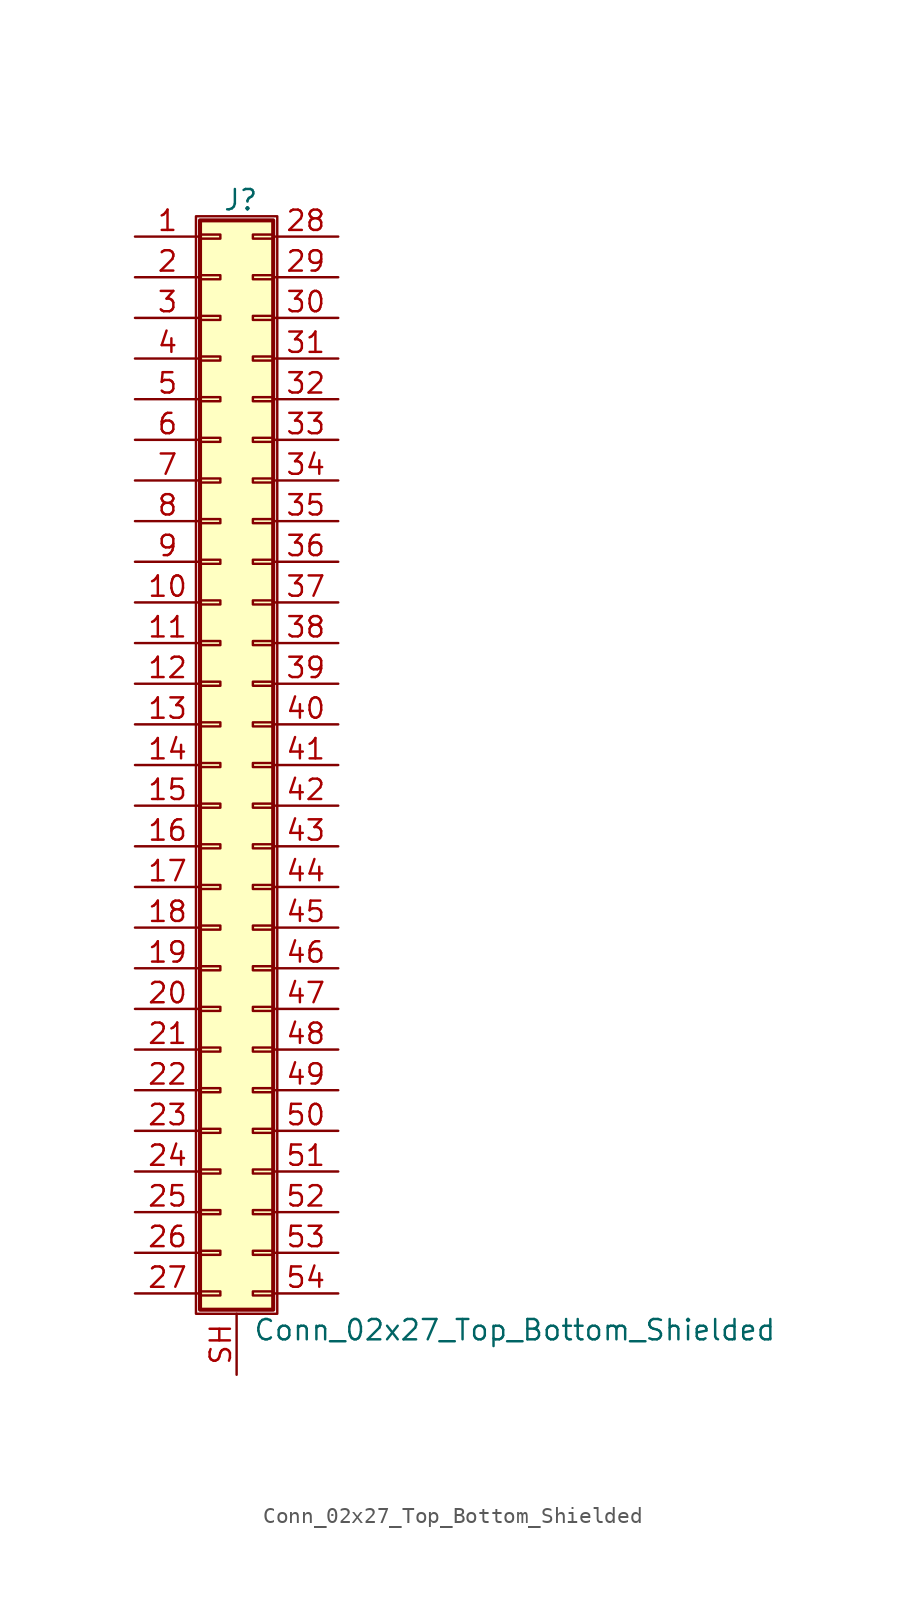
<source format=kicad_sym>
(kicad_symbol_lib
  (version 20220914)
  (generator kicad_symbol_editor)
  (symbol "Conn_02x27_Top_Bottom_Shielded"
    (pin_names
      (offset 1.016) hide)
    (property "Reference" "J"
      (at 1.524 35.306 0)
      (effects (font (size 1.27 1.27))))
    (property "Value" "Conn_02x27_Top_Bottom_Shielded"
      (at 2.286 -35.306 0)
      (effects (font (size 1.27 1.27)) (justify left)))
    (symbol "Conn_02x27_Top_Bottom_Shielded_1_1"
      (rectangle (start -1.27 34.29) (end 3.81 -34.29) (stroke (width 0.152) (type default)) (fill (type none)))
      (rectangle (start -1.016 -32.893) (end 0.254 -33.147) (stroke (width 0.152) (type default)) (fill (type none)))
      (rectangle (start -1.016 -30.353) (end 0.254 -30.607) (stroke (width 0.152) (type default)) (fill (type none)))
      (rectangle (start -1.016 -27.813) (end 0.254 -28.067) (stroke (width 0.152) (type default)) (fill (type none)))
      (rectangle (start -1.016 -25.273) (end 0.254 -25.527) (stroke (width 0.152) (type default)) (fill (type none)))
      (rectangle (start -1.016 -22.733) (end 0.254 -22.987) (stroke (width 0.152) (type default)) (fill (type none)))
      (rectangle (start -1.016 -20.193) (end 0.254 -20.447) (stroke (width 0.152) (type default)) (fill (type none)))
      (rectangle (start -1.016 -17.653) (end 0.254 -17.907) (stroke (width 0.152) (type default)) (fill (type none)))
      (rectangle (start -1.016 -15.113) (end 0.254 -15.367) (stroke (width 0.152) (type default)) (fill (type none)))
      (rectangle (start -1.016 -12.573) (end 0.254 -12.827) (stroke (width 0.152) (type default)) (fill (type none)))
      (rectangle (start -1.016 -10.033) (end 0.254 -10.287) (stroke (width 0.152) (type default)) (fill (type none)))
      (rectangle (start -1.016 -7.493) (end 0.254 -7.747) (stroke (width 0.152) (type default)) (fill (type none)))
      (rectangle (start -1.016 -4.953) (end 0.254 -5.207) (stroke (width 0.152) (type default)) (fill (type none)))
      (rectangle (start -1.016 -2.413) (end 0.254 -2.667) (stroke (width 0.152) (type default)) (fill (type none)))
      (rectangle (start -1.016 0.127) (end 0.254 -0.127) (stroke (width 0.152) (type default)) (fill (type none)))
      (rectangle (start -1.016 2.667) (end 0.254 2.413) (stroke (width 0.152) (type default)) (fill (type none)))
      (rectangle (start -1.016 5.207) (end 0.254 4.953) (stroke (width 0.152) (type default)) (fill (type none)))
      (rectangle (start -1.016 7.747) (end 0.254 7.493) (stroke (width 0.152) (type default)) (fill (type none)))
      (rectangle (start -1.016 10.287) (end 0.254 10.033) (stroke (width 0.152) (type default)) (fill (type none)))
      (rectangle (start -1.016 12.827) (end 0.254 12.573) (stroke (width 0.152) (type default)) (fill (type none)))
      (rectangle (start -1.016 15.367) (end 0.254 15.113) (stroke (width 0.152) (type default)) (fill (type none)))
      (rectangle (start -1.016 17.907) (end 0.254 17.653) (stroke (width 0.152) (type default)) (fill (type none)))
      (rectangle (start -1.016 20.447) (end 0.254 20.193) (stroke (width 0.152) (type default)) (fill (type none)))
      (rectangle (start -1.016 22.987) (end 0.254 22.733) (stroke (width 0.152) (type default)) (fill (type none)))
      (rectangle (start -1.016 25.527) (end 0.254 25.273) (stroke (width 0.152) (type default)) (fill (type none)))
      (rectangle (start -1.016 28.067) (end 0.254 27.813) (stroke (width 0.152) (type default)) (fill (type none)))
      (rectangle (start -1.016 30.607) (end 0.254 30.353) (stroke (width 0.152) (type default)) (fill (type none)))
      (rectangle (start -1.016 33.147) (end 0.254 32.893) (stroke (width 0.152) (type default)) (fill (type none)))
      (rectangle (start -1.016 34.036) (end 3.556 -34.036) (stroke (width 0.254) (type default)) (fill (type background)))
      (rectangle (start 3.556 -32.893) (end 2.286 -33.147) (stroke (width 0.152) (type default)) (fill (type none)))
      (rectangle (start 3.556 -30.353) (end 2.286 -30.607) (stroke (width 0.152) (type default)) (fill (type none)))
      (rectangle (start 3.556 -27.813) (end 2.286 -28.067) (stroke (width 0.152) (type default)) (fill (type none)))
      (rectangle (start 3.556 -25.273) (end 2.286 -25.527) (stroke (width 0.152) (type default)) (fill (type none)))
      (rectangle (start 3.556 -22.733) (end 2.286 -22.987) (stroke (width 0.152) (type default)) (fill (type none)))
      (rectangle (start 3.556 -20.193) (end 2.286 -20.447) (stroke (width 0.152) (type default)) (fill (type none)))
      (rectangle (start 3.556 -17.653) (end 2.286 -17.907) (stroke (width 0.152) (type default)) (fill (type none)))
      (rectangle (start 3.556 -15.113) (end 2.286 -15.367) (stroke (width 0.152) (type default)) (fill (type none)))
      (rectangle (start 3.556 -12.573) (end 2.286 -12.827) (stroke (width 0.152) (type default)) (fill (type none)))
      (rectangle (start 3.556 -10.033) (end 2.286 -10.287) (stroke (width 0.152) (type default)) (fill (type none)))
      (rectangle (start 3.556 -7.493) (end 2.286 -7.747) (stroke (width 0.152) (type default)) (fill (type none)))
      (rectangle (start 3.556 -4.953) (end 2.286 -5.207) (stroke (width 0.152) (type default)) (fill (type none)))
      (rectangle (start 3.556 -2.413) (end 2.286 -2.667) (stroke (width 0.152) (type default)) (fill (type none)))
      (rectangle (start 3.556 0.127) (end 2.286 -0.127) (stroke (width 0.152) (type default)) (fill (type none)))
      (rectangle (start 3.556 2.667) (end 2.286 2.413) (stroke (width 0.152) (type default)) (fill (type none)))
      (rectangle (start 3.556 5.207) (end 2.286 4.953) (stroke (width 0.152) (type default)) (fill (type none)))
      (rectangle (start 3.556 7.747) (end 2.286 7.493) (stroke (width 0.152) (type default)) (fill (type none)))
      (rectangle (start 3.556 10.287) (end 2.286 10.033) (stroke (width 0.152) (type default)) (fill (type none)))
      (rectangle (start 3.556 12.827) (end 2.286 12.573) (stroke (width 0.152) (type default)) (fill (type none)))
      (rectangle (start 3.556 15.367) (end 2.286 15.113) (stroke (width 0.152) (type default)) (fill (type none)))
      (rectangle (start 3.556 17.907) (end 2.286 17.653) (stroke (width 0.152) (type default)) (fill (type none)))
      (rectangle (start 3.556 20.447) (end 2.286 20.193) (stroke (width 0.152) (type default)) (fill (type none)))
      (rectangle (start 3.556 22.987) (end 2.286 22.733) (stroke (width 0.152) (type default)) (fill (type none)))
      (rectangle (start 3.556 25.527) (end 2.286 25.273) (stroke (width 0.152) (type default)) (fill (type none)))
      (rectangle (start 3.556 28.067) (end 2.286 27.813) (stroke (width 0.152) (type default)) (fill (type none)))
      (rectangle (start 3.556 30.607) (end 2.286 30.353) (stroke (width 0.152) (type default)) (fill (type none)))
      (rectangle (start 3.556 33.147) (end 2.286 32.893) (stroke (width 0.152) (type default)) (fill (type none)))
      (pin passive line (at -5.08 33.02 0) (length 4.064) (name "Pin_1" (effects (font (size 1.27 1.27)))) (number "1" (effects (font (size 1.27 1.27)))))
      (pin passive line (at -5.08 10.16 0) (length 4.064) (name "Pin_10" (effects (font (size 1.27 1.27)))) (number "10" (effects (font (size 1.27 1.27)))))
      (pin passive line (at -5.08 7.62 0) (length 4.064) (name "Pin_11" (effects (font (size 1.27 1.27)))) (number "11" (effects (font (size 1.27 1.27)))))
      (pin passive line (at -5.08 5.08 0) (length 4.064) (name "Pin_12" (effects (font (size 1.27 1.27)))) (number "12" (effects (font (size 1.27 1.27)))))
      (pin passive line (at -5.08 2.54 0) (length 4.064) (name "Pin_13" (effects (font (size 1.27 1.27)))) (number "13" (effects (font (size 1.27 1.27)))))
      (pin passive line (at -5.08 0 0) (length 4.064) (name "Pin_14" (effects (font (size 1.27 1.27)))) (number "14" (effects (font (size 1.27 1.27)))))
      (pin passive line (at -5.08 -2.54 0) (length 4.064) (name "Pin_15" (effects (font (size 1.27 1.27)))) (number "15" (effects (font (size 1.27 1.27)))))
      (pin passive line (at -5.08 -5.08 0) (length 4.064) (name "Pin_16" (effects (font (size 1.27 1.27)))) (number "16" (effects (font (size 1.27 1.27)))))
      (pin passive line (at -5.08 -7.62 0) (length 4.064) (name "Pin_17" (effects (font (size 1.27 1.27)))) (number "17" (effects (font (size 1.27 1.27)))))
      (pin passive line (at -5.08 -10.16 0) (length 4.064) (name "Pin_18" (effects (font (size 1.27 1.27)))) (number "18" (effects (font (size 1.27 1.27)))))
      (pin passive line (at -5.08 -12.7 0) (length 4.064) (name "Pin_19" (effects (font (size 1.27 1.27)))) (number "19" (effects (font (size 1.27 1.27)))))
      (pin passive line (at -5.08 30.48 0) (length 4.064) (name "Pin_2" (effects (font (size 1.27 1.27)))) (number "2" (effects (font (size 1.27 1.27)))))
      (pin passive line (at -5.08 -15.24 0) (length 4.064) (name "Pin_20" (effects (font (size 1.27 1.27)))) (number "20" (effects (font (size 1.27 1.27)))))
      (pin passive line (at -5.08 -17.78 0) (length 4.064) (name "Pin_21" (effects (font (size 1.27 1.27)))) (number "21" (effects (font (size 1.27 1.27)))))
      (pin passive line (at -5.08 -20.32 0) (length 4.064) (name "Pin_22" (effects (font (size 1.27 1.27)))) (number "22" (effects (font (size 1.27 1.27)))))
      (pin passive line (at -5.08 -22.86 0) (length 4.064) (name "Pin_23" (effects (font (size 1.27 1.27)))) (number "23" (effects (font (size 1.27 1.27)))))
      (pin passive line (at -5.08 -25.4 0) (length 4.064) (name "Pin_24" (effects (font (size 1.27 1.27)))) (number "24" (effects (font (size 1.27 1.27)))))
      (pin passive line (at -5.08 -27.94 0) (length 4.064) (name "Pin_25" (effects (font (size 1.27 1.27)))) (number "25" (effects (font (size 1.27 1.27)))))
      (pin passive line (at -5.08 -30.48 0) (length 4.064) (name "Pin_26" (effects (font (size 1.27 1.27)))) (number "26" (effects (font (size 1.27 1.27)))))
      (pin passive line (at -5.08 -33.02 0) (length 4.064) (name "Pin_27" (effects (font (size 1.27 1.27)))) (number "27" (effects (font (size 1.27 1.27)))))
      (pin passive line (at 7.62 33.02 180) (length 4.064) (name "Pin_28" (effects (font (size 1.27 1.27)))) (number "28" (effects (font (size 1.27 1.27)))))
      (pin passive line (at 7.62 30.48 180) (length 4.064) (name "Pin_29" (effects (font (size 1.27 1.27)))) (number "29" (effects (font (size 1.27 1.27)))))
      (pin passive line (at -5.08 27.94 0) (length 4.064) (name "Pin_3" (effects (font (size 1.27 1.27)))) (number "3" (effects (font (size 1.27 1.27)))))
      (pin passive line (at 7.62 27.94 180) (length 4.064) (name "Pin_30" (effects (font (size 1.27 1.27)))) (number "30" (effects (font (size 1.27 1.27)))))
      (pin passive line (at 7.62 25.4 180) (length 4.064) (name "Pin_31" (effects (font (size 1.27 1.27)))) (number "31" (effects (font (size 1.27 1.27)))))
      (pin passive line (at 7.62 22.86 180) (length 4.064) (name "Pin_32" (effects (font (size 1.27 1.27)))) (number "32" (effects (font (size 1.27 1.27)))))
      (pin passive line (at 7.62 20.32 180) (length 4.064) (name "Pin_33" (effects (font (size 1.27 1.27)))) (number "33" (effects (font (size 1.27 1.27)))))
      (pin passive line (at 7.62 17.78 180) (length 4.064) (name "Pin_34" (effects (font (size 1.27 1.27)))) (number "34" (effects (font (size 1.27 1.27)))))
      (pin passive line (at 7.62 15.24 180) (length 4.064) (name "Pin_35" (effects (font (size 1.27 1.27)))) (number "35" (effects (font (size 1.27 1.27)))))
      (pin passive line (at 7.62 12.7 180) (length 4.064) (name "Pin_36" (effects (font (size 1.27 1.27)))) (number "36" (effects (font (size 1.27 1.27)))))
      (pin passive line (at 7.62 10.16 180) (length 4.064) (name "Pin_37" (effects (font (size 1.27 1.27)))) (number "37" (effects (font (size 1.27 1.27)))))
      (pin passive line (at 7.62 7.62 180) (length 4.064) (name "Pin_38" (effects (font (size 1.27 1.27)))) (number "38" (effects (font (size 1.27 1.27)))))
      (pin passive line (at 7.62 5.08 180) (length 4.064) (name "Pin_39" (effects (font (size 1.27 1.27)))) (number "39" (effects (font (size 1.27 1.27)))))
      (pin passive line (at -5.08 25.4 0) (length 4.064) (name "Pin_4" (effects (font (size 1.27 1.27)))) (number "4" (effects (font (size 1.27 1.27)))))
      (pin passive line (at 7.62 2.54 180) (length 4.064) (name "Pin_40" (effects (font (size 1.27 1.27)))) (number "40" (effects (font (size 1.27 1.27)))))
      (pin passive line (at 7.62 0 180) (length 4.064) (name "Pin_41" (effects (font (size 1.27 1.27)))) (number "41" (effects (font (size 1.27 1.27)))))
      (pin passive line (at 7.62 -2.54 180) (length 4.064) (name "Pin_42" (effects (font (size 1.27 1.27)))) (number "42" (effects (font (size 1.27 1.27)))))
      (pin passive line (at 7.62 -5.08 180) (length 4.064) (name "Pin_43" (effects (font (size 1.27 1.27)))) (number "43" (effects (font (size 1.27 1.27)))))
      (pin passive line (at 7.62 -7.62 180) (length 4.064) (name "Pin_44" (effects (font (size 1.27 1.27)))) (number "44" (effects (font (size 1.27 1.27)))))
      (pin passive line (at 7.62 -10.16 180) (length 4.064) (name "Pin_45" (effects (font (size 1.27 1.27)))) (number "45" (effects (font (size 1.27 1.27)))))
      (pin passive line (at 7.62 -12.7 180) (length 4.064) (name "Pin_46" (effects (font (size 1.27 1.27)))) (number "46" (effects (font (size 1.27 1.27)))))
      (pin passive line (at 7.62 -15.24 180) (length 4.064) (name "Pin_47" (effects (font (size 1.27 1.27)))) (number "47" (effects (font (size 1.27 1.27)))))
      (pin passive line (at 7.62 -17.78 180) (length 4.064) (name "Pin_48" (effects (font (size 1.27 1.27)))) (number "48" (effects (font (size 1.27 1.27)))))
      (pin passive line (at 7.62 -20.32 180) (length 4.064) (name "Pin_49" (effects (font (size 1.27 1.27)))) (number "49" (effects (font (size 1.27 1.27)))))
      (pin passive line (at -5.08 22.86 0) (length 4.064) (name "Pin_5" (effects (font (size 1.27 1.27)))) (number "5" (effects (font (size 1.27 1.27)))))
      (pin passive line (at 7.62 -22.86 180) (length 4.064) (name "Pin_50" (effects (font (size 1.27 1.27)))) (number "50" (effects (font (size 1.27 1.27)))))
      (pin passive line (at 7.62 -25.4 180) (length 4.064) (name "Pin_51" (effects (font (size 1.27 1.27)))) (number "51" (effects (font (size 1.27 1.27)))))
      (pin passive line (at 7.62 -27.94 180) (length 4.064) (name "Pin_52" (effects (font (size 1.27 1.27)))) (number "52" (effects (font (size 1.27 1.27)))))
      (pin passive line (at 7.62 -30.48 180) (length 4.064) (name "Pin_53" (effects (font (size 1.27 1.27)))) (number "53" (effects (font (size 1.27 1.27)))))
      (pin passive line (at 7.62 -33.02 180) (length 4.064) (name "Pin_54" (effects (font (size 1.27 1.27)))) (number "54" (effects (font (size 1.27 1.27)))))
      (pin passive line (at -5.08 20.32 0) (length 4.064) (name "Pin_6" (effects (font (size 1.27 1.27)))) (number "6" (effects (font (size 1.27 1.27)))))
      (pin passive line (at -5.08 17.78 0) (length 4.064) (name "Pin_7" (effects (font (size 1.27 1.27)))) (number "7" (effects (font (size 1.27 1.27)))))
      (pin passive line (at -5.08 15.24 0) (length 4.064) (name "Pin_8" (effects (font (size 1.27 1.27)))) (number "8" (effects (font (size 1.27 1.27)))))
      (pin passive line (at -5.08 12.7 0) (length 4.064) (name "Pin_9" (effects (font (size 1.27 1.27)))) (number "9" (effects (font (size 1.27 1.27)))))
      (pin passive line (at 1.27 -38.1 90) (length 3.81) (name "Shield" (effects (font (size 1.27 1.27)))) (number "SH" (effects (font (size 1.27 1.27))))))))
</source>
